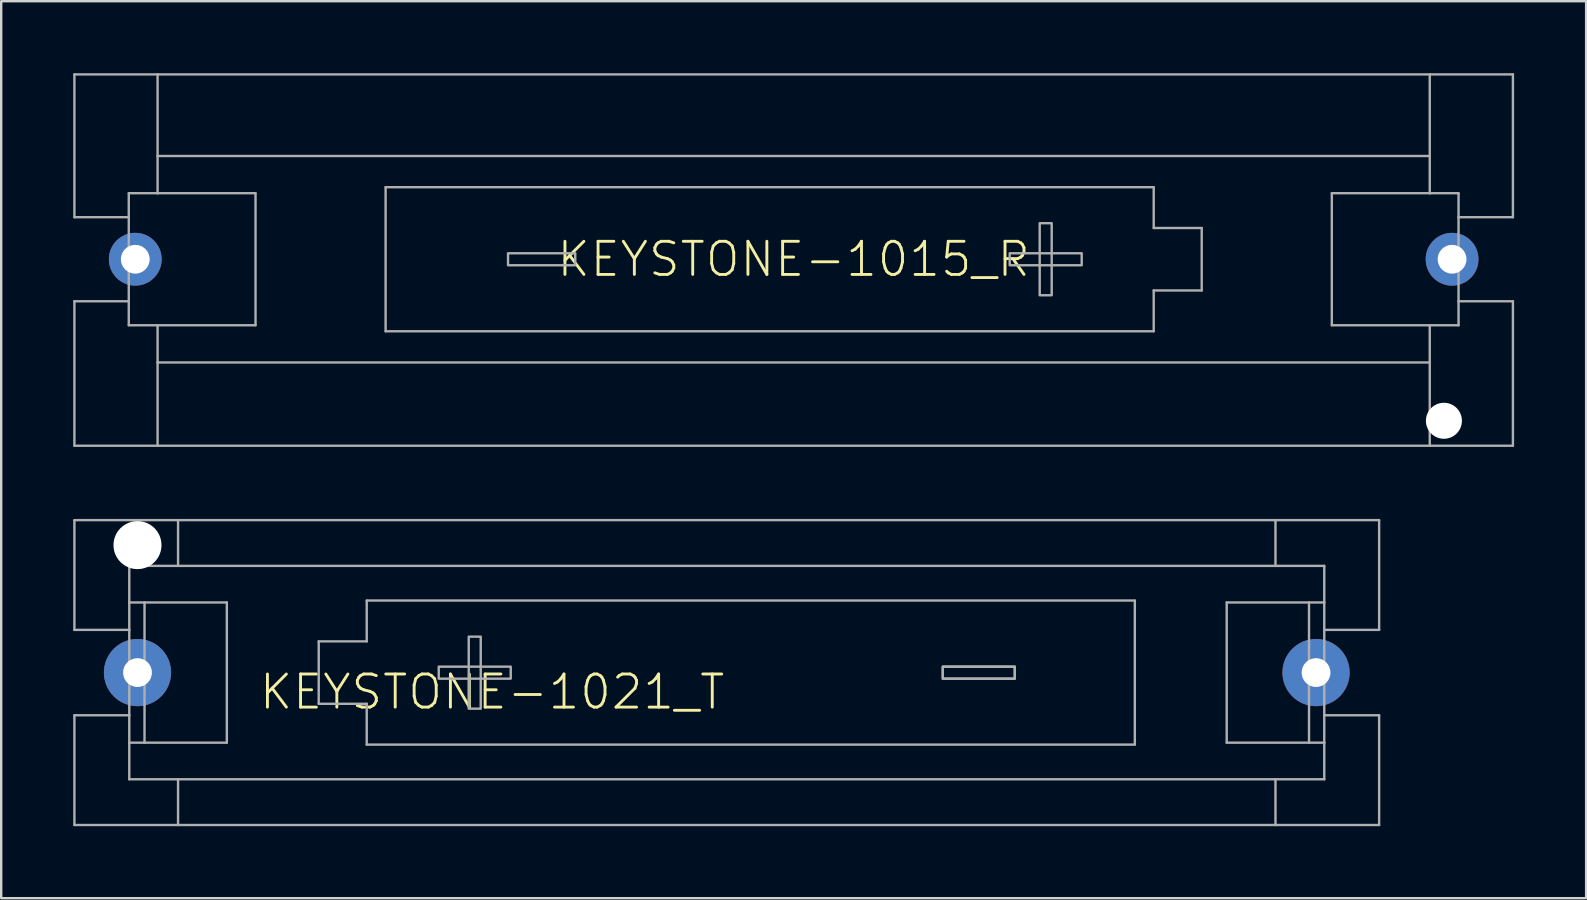
<source format=kicad_pcb>
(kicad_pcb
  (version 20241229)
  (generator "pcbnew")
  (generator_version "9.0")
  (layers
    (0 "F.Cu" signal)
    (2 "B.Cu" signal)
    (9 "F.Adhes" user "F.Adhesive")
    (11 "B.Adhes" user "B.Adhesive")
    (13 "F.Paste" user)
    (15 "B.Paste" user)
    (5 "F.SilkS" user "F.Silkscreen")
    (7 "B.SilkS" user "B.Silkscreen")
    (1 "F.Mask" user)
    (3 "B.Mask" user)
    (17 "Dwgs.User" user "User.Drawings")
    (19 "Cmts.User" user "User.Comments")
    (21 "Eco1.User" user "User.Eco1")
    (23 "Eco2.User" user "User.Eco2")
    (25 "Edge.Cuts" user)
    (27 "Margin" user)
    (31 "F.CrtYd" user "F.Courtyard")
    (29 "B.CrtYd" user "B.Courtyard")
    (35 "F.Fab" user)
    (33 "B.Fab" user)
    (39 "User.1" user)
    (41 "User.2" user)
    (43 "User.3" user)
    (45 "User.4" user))
  (footprint "KEYSTONE-1015_R"
    (layer "F.Cu")
    (at 30.015 7.75)
    (property "Reference" "KEYSTONE-1015_R" (at 0 0 0) (unlocked yes) (layer "F.SilkS") (effects (font (size 1.38 1.38) (thickness 0.12))))
    (fp_line (start -29.965 -7.7) (end -26.5 -7.7) (stroke (width 0.1) (type solid)) (layer "F.Fab"))
    (fp_line (start -29.965 -1.75) (end -29.965 -7.7) (stroke (width 0.1) (type solid)) (layer "F.Fab"))
    (fp_line (start -29.965 -1.75) (end -27.7 -1.75) (stroke (width 0.1) (type solid)) (layer "F.Fab"))
    (fp_line (start -29.965 1.75) (end -27.7 1.75) (stroke (width 0.1) (type solid)) (layer "F.Fab"))
    (fp_line (start -29.965 7.77) (end -29.965 1.75) (stroke (width 0.1) (type solid)) (layer "F.Fab"))
    (fp_line (start -29.965 7.77) (end -26.5 7.77) (stroke (width 0.1) (type solid)) (layer "F.Fab"))
    (fp_line (start -27.7 -1.75) (end -27.7 -2.75) (stroke (width 0.1) (type solid)) (layer "F.Fab"))
    (fp_line (start -27.7 -1.75) (end -27.7 1.75) (stroke (width 0.1) (type solid)) (layer "F.Fab"))
    (fp_line (start -27.7 1.75) (end -27.7 2.75) (stroke (width 0.1) (type solid)) (layer "F.Fab"))
    (fp_line (start -27.7 2.75) (end -26.5 2.75) (stroke (width 0.1) (type solid)) (layer "F.Fab"))
    (fp_line (start -26.5 -7.7) (end 26.5 -7.7) (stroke (width 0.1) (type solid)) (layer "F.Fab"))
    (fp_line (start -26.5 -4.3) (end -26.5 -7.7) (stroke (width 0.1) (type solid)) (layer "F.Fab"))
    (fp_line (start -26.5 -4.3) (end -26.5 -2.75) (stroke (width 0.1) (type solid)) (layer "F.Fab"))
    (fp_line (start -26.5 -4.3) (end 26.5 -4.3) (stroke (width 0.1) (type solid)) (layer "F.Fab"))
    (fp_line (start -26.5 -2.75) (end -27.7 -2.75) (stroke (width 0.1) (type solid)) (layer "F.Fab"))
    (fp_line (start -26.5 2.75) (end -22.42 2.75) (stroke (width 0.1) (type solid)) (layer "F.Fab"))
    (fp_line (start -26.5 4.3) (end -26.5 2.75) (stroke (width 0.1) (type solid)) (layer "F.Fab"))
    (fp_line (start -26.5 4.3) (end 26.5 4.3) (stroke (width 0.1) (type solid)) (layer "F.Fab"))
    (fp_line (start -26.5 7.77) (end -26.5 4.3) (stroke (width 0.1) (type solid)) (layer "F.Fab"))
    (fp_line (start -26.5 7.77) (end 26.5 7.77) (stroke (width 0.1) (type solid)) (layer "F.Fab"))
    (fp_line (start -22.42 -2.75) (end -26.5 -2.75) (stroke (width 0.1) (type solid)) (layer "F.Fab"))
    (fp_line (start -22.42 2.75) (end -22.42 -2.75) (stroke (width 0.1) (type solid)) (layer "F.Fab"))
    (fp_line (start -17 -3) (end -17 3) (stroke (width 0.1) (type solid)) (layer "F.Fab"))
    (fp_line (start -17 -3) (end 15 -3) (stroke (width 0.1) (type solid)) (layer "F.Fab"))
    (fp_line (start -17 3) (end 15 3) (stroke (width 0.1) (type solid)) (layer "F.Fab"))
    (fp_line (start 15 -3) (end 15 -1.3) (stroke (width 0.1) (type solid)) (layer "F.Fab"))
    (fp_line (start 15 1.3) (end 17 1.3) (stroke (width 0.1) (type solid)) (layer "F.Fab"))
    (fp_line (start 15 3) (end 15 1.3) (stroke (width 0.1) (type solid)) (layer "F.Fab"))
    (fp_line (start 17 -1.3) (end 15 -1.3) (stroke (width 0.1) (type solid)) (layer "F.Fab"))
    (fp_line (start 17 1.3) (end 17 -1.3) (stroke (width 0.1) (type solid)) (layer "F.Fab"))
    (fp_line (start 22.42 -2.75) (end 22.42 2.75) (stroke (width 0.1) (type solid)) (layer "F.Fab"))
    (fp_line (start 22.42 2.75) (end 26.5 2.75) (stroke (width 0.1) (type solid)) (layer "F.Fab"))
    (fp_line (start 26.5 -7.7) (end 26.5 -4.3) (stroke (width 0.1) (type solid)) (layer "F.Fab"))
    (fp_line (start 26.5 -7.7) (end 29.965 -7.7) (stroke (width 0.1) (type solid)) (layer "F.Fab"))
    (fp_line (start 26.5 -4.3) (end 26.5 -2.75) (stroke (width 0.1) (type solid)) (layer "F.Fab"))
    (fp_line (start 26.5 -2.75) (end 22.42 -2.75) (stroke (width 0.1) (type solid)) (layer "F.Fab"))
    (fp_line (start 26.5 2.75) (end 27.7 2.75) (stroke (width 0.1) (type solid)) (layer "F.Fab"))
    (fp_line (start 26.5 4.3) (end 26.5 2.75) (stroke (width 0.1) (type solid)) (layer "F.Fab"))
    (fp_line (start 26.5 4.3) (end 26.5 7.77) (stroke (width 0.1) (type solid)) (layer "F.Fab"))
    (fp_line (start 26.5 7.77) (end 29.965 7.77) (stroke (width 0.1) (type solid)) (layer "F.Fab"))
    (fp_line (start 27.7 -2.75) (end 26.5 -2.75) (stroke (width 0.1) (type solid)) (layer "F.Fab"))
    (fp_line (start 27.7 -1.75) (end 27.7 -2.75) (stroke (width 0.1) (type solid)) (layer "F.Fab"))
    (fp_line (start 27.7 -1.75) (end 27.7 1.75) (stroke (width 0.1) (type solid)) (layer "F.Fab"))
    (fp_line (start 27.7 1.75) (end 27.7 2.75) (stroke (width 0.1) (type solid)) (layer "F.Fab"))
    (fp_line (start 29.965 -7.7) (end 29.965 -1.75) (stroke (width 0.1) (type solid)) (layer "F.Fab"))
    (fp_line (start 29.965 -1.75) (end 27.7 -1.75) (stroke (width 0.1) (type solid)) (layer "F.Fab"))
    (fp_line (start 29.965 1.75) (end 27.7 1.75) (stroke (width 0.1) (type solid)) (layer "F.Fab"))
    (fp_line (start 29.965 7.77) (end 29.965 1.75) (stroke (width 0.1) (type solid)) (layer "F.Fab"))
    (fp_poly (pts (xy -11.9 0.25) (xy -9.1 0.25) (xy -9.1 -0.25) (xy -11.9 -0.25)) (stroke (width 0.1) (type default)) (fill no) (layer "F.Fab"))
    (fp_poly (pts (xy 9 0.25) (xy 12 0.25) (xy 12 -0.25) (xy 9 -0.25)) (stroke (width 0.1) (type default)) (fill no) (layer "F.Fab"))
    (fp_poly (pts (xy 10.25 1.5) (xy 10.75 1.5) (xy 10.75 -1.5) (xy 10.25 -1.5)) (stroke (width 0.1) (type default)) (fill no) (layer "F.Fab"))
    (pad "" np_thru_hole circle (at 27.09 6.73) (size 1.5 1.5) (drill 1.5) (layers "*.Cu" "*.Mask"))
    (pad "M1" thru_hole circle (at -27.43 0) (size 2.2 2.2) (drill 1.2) (layers "*.Cu" "*.Mask"))
    (pad "P1" thru_hole circle (at 27.43 0) (size 2.2 2.2) (drill 1.2) (layers "*.Cu" "*.Mask")))
  (footprint "KEYSTONE-1021_T"
    (layer "F.Cu")
    (at 27.228 24.97)
    (property "Reference" "KEYSTONE-1021_T" (at 0 0 0) (unlocked yes) (layer "F.SilkS") (effects (font (size 1.38 1.38) (thickness 0.12)) (justify right top)))
    (fp_line (start -27.178 -6.35) (end -27.178 -1.778) (stroke (width 0.1) (type solid)) (layer "F.Fab"))
    (fp_line (start -27.178 -6.35) (end -22.86 -6.35) (stroke (width 0.1) (type solid)) (layer "F.Fab"))
    (fp_line (start -27.178 -1.778) (end -24.892 -1.778) (stroke (width 0.1) (type solid)) (layer "F.Fab"))
    (fp_line (start -27.178 1.778) (end -24.892 1.778) (stroke (width 0.1) (type solid)) (layer "F.Fab"))
    (fp_line (start -27.178 6.35) (end -27.178 1.778) (stroke (width 0.1) (type solid)) (layer "F.Fab"))
    (fp_line (start -27.178 6.35) (end -22.86 6.35) (stroke (width 0.1) (type solid)) (layer "F.Fab"))
    (fp_line (start -24.892 -2.921) (end -24.892 -4.445) (stroke (width 0.1) (type solid)) (layer "F.Fab"))
    (fp_line (start -24.892 -1.778) (end -24.892 -2.921) (stroke (width 0.1) (type solid)) (layer "F.Fab"))
    (fp_line (start -24.892 1.778) (end -24.892 -1.778) (stroke (width 0.1) (type solid)) (layer "F.Fab"))
    (fp_line (start -24.892 1.778) (end -24.892 2.921) (stroke (width 0.1) (type solid)) (layer "F.Fab"))
    (fp_line (start -24.892 2.921) (end -24.892 4.445) (stroke (width 0.1) (type solid)) (layer "F.Fab"))
    (fp_line (start -24.257 -2.921) (end -24.892 -2.921) (stroke (width 0.1) (type solid)) (layer "F.Fab"))
    (fp_line (start -24.257 2.921) (end -24.892 2.921) (stroke (width 0.1) (type solid)) (layer "F.Fab"))
    (fp_line (start -24.257 2.921) (end -24.257 -2.921) (stroke (width 0.1) (type solid)) (layer "F.Fab"))
    (fp_line (start -24.257 2.921) (end -20.828 2.921) (stroke (width 0.1) (type solid)) (layer "F.Fab"))
    (fp_line (start -22.86 -6.35) (end 22.86 -6.35) (stroke (width 0.1) (type solid)) (layer "F.Fab"))
    (fp_line (start -22.86 -4.445) (end -24.892 -4.445) (stroke (width 0.1) (type solid)) (layer "F.Fab"))
    (fp_line (start -22.86 -4.445) (end -22.86 -6.35) (stroke (width 0.1) (type solid)) (layer "F.Fab"))
    (fp_line (start -22.86 4.445) (end -24.892 4.445) (stroke (width 0.1) (type solid)) (layer "F.Fab"))
    (fp_line (start -22.86 6.35) (end -22.86 4.445) (stroke (width 0.1) (type solid)) (layer "F.Fab"))
    (fp_line (start -22.86 6.35) (end 22.86 6.35) (stroke (width 0.1) (type solid)) (layer "F.Fab"))
    (fp_line (start -20.828 -2.921) (end -24.257 -2.921) (stroke (width 0.1) (type solid)) (layer "F.Fab"))
    (fp_line (start -20.828 2.921) (end -20.828 -2.921) (stroke (width 0.1) (type solid)) (layer "F.Fab"))
    (fp_line (start -17 -1.3) (end -17 1.3) (stroke (width 0.1) (type solid)) (layer "F.Fab"))
    (fp_line (start -17 1.3) (end -15 1.3) (stroke (width 0.1) (type solid)) (layer "F.Fab"))
    (fp_line (start -15 -3) (end -15 -1.3) (stroke (width 0.1) (type solid)) (layer "F.Fab"))
    (fp_line (start -15 -1.3) (end -17 -1.3) (stroke (width 0.1) (type solid)) (layer "F.Fab"))
    (fp_line (start -15 3) (end -15 1.3) (stroke (width 0.1) (type solid)) (layer "F.Fab"))
    (fp_line (start 17 -3) (end -15 -3) (stroke (width 0.1) (type solid)) (layer "F.Fab"))
    (fp_line (start 17 3) (end -15 3) (stroke (width 0.1) (type solid)) (layer "F.Fab"))
    (fp_line (start 17 3) (end 17 -3) (stroke (width 0.1) (type solid)) (layer "F.Fab"))
    (fp_line (start 20.828 -2.921) (end 20.828 2.921) (stroke (width 0.1) (type solid)) (layer "F.Fab"))
    (fp_line (start 20.828 2.921) (end 24.257 2.921) (stroke (width 0.1) (type solid)) (layer "F.Fab"))
    (fp_line (start 22.86 -6.35) (end 22.86 -4.445) (stroke (width 0.1) (type solid)) (layer "F.Fab"))
    (fp_line (start 22.86 -6.35) (end 27.178 -6.35) (stroke (width 0.1) (type solid)) (layer "F.Fab"))
    (fp_line (start 22.86 -4.445) (end -22.86 -4.445) (stroke (width 0.1) (type solid)) (layer "F.Fab"))
    (fp_line (start 22.86 4.445) (end -22.86 4.445) (stroke (width 0.1) (type solid)) (layer "F.Fab"))
    (fp_line (start 22.86 4.445) (end 22.86 6.35) (stroke (width 0.1) (type solid)) (layer "F.Fab"))
    (fp_line (start 22.86 6.35) (end 27.178 6.35) (stroke (width 0.1) (type solid)) (layer "F.Fab"))
    (fp_line (start 24.257 -2.921) (end 20.828 -2.921) (stroke (width 0.1) (type solid)) (layer "F.Fab"))
    (fp_line (start 24.257 -2.921) (end 24.892 -2.921) (stroke (width 0.1) (type solid)) (layer "F.Fab"))
    (fp_line (start 24.257 2.921) (end 24.257 -2.921) (stroke (width 0.1) (type solid)) (layer "F.Fab"))
    (fp_line (start 24.257 2.921) (end 24.892 2.921) (stroke (width 0.1) (type solid)) (layer "F.Fab"))
    (fp_line (start 24.892 -4.445) (end 22.86 -4.445) (stroke (width 0.1) (type solid)) (layer "F.Fab"))
    (fp_line (start 24.892 -2.921) (end 24.892 -4.445) (stroke (width 0.1) (type solid)) (layer "F.Fab"))
    (fp_line (start 24.892 -1.778) (end 24.892 -2.921) (stroke (width 0.1) (type solid)) (layer "F.Fab"))
    (fp_line (start 24.892 1.778) (end 24.892 -1.778) (stroke (width 0.1) (type solid)) (layer "F.Fab"))
    (fp_line (start 24.892 1.778) (end 24.892 2.921) (stroke (width 0.1) (type solid)) (layer "F.Fab"))
    (fp_line (start 24.892 2.921) (end 24.892 4.445) (stroke (width 0.1) (type solid)) (layer "F.Fab"))
    (fp_line (start 24.892 4.445) (end 22.86 4.445) (stroke (width 0.1) (type solid)) (layer "F.Fab"))
    (fp_line (start 27.178 -6.35) (end 27.178 -1.778) (stroke (width 0.1) (type solid)) (layer "F.Fab"))
    (fp_line (start 27.178 -1.778) (end 24.892 -1.778) (stroke (width 0.1) (type solid)) (layer "F.Fab"))
    (fp_line (start 27.178 1.778) (end 24.892 1.778) (stroke (width 0.1) (type solid)) (layer "F.Fab"))
    (fp_line (start 27.178 1.778) (end 27.178 6.35) (stroke (width 0.1) (type solid)) (layer "F.Fab"))
    (fp_poly (pts (xy -12 0.254) (xy -9 0.254) (xy -9 -0.246) (xy -12 -0.246)) (stroke (width 0.1) (type default)) (fill no) (layer "F.Fab"))
    (fp_poly (pts (xy -10.75 1.504) (xy -10.25 1.504) (xy -10.25 -1.496) (xy -10.75 -1.496)) (stroke (width 0.1) (type default)) (fill no) (layer "F.Fab"))
    (fp_poly (pts (xy 9 0.254) (xy 12 0.254) (xy 12 -0.246) (xy 9 -0.246)) (stroke (width 0.1) (type default)) (fill no) (layer "F.Fab"))
    (fp_poly (pts (xy 9 0.254) (xy 12 0.254) (xy 12 -0.246) (xy 9 -0.246)) (stroke (width 0.1) (type default)) (fill no) (layer "F.Fab"))
    (pad "" np_thru_hole circle (at -24.55 -5.31) (size 2 2) (drill 2) (layers "*.Cu" "*.Mask"))
    (pad "M" thru_hole circle (at 24.55 0) (size 2.8 2.8) (drill 1.2) (layers "*.Cu" "*.Mask"))
    (pad "P" thru_hole circle (at -24.55 0) (size 2.8 2.8) (drill 1.2) (layers "*.Cu" "*.Mask")))
  (gr_rect
    (start -3 -3)
    (end 63.03 34.37)
    (stroke (width 0.1) (type default))
    (fill no)
    (layer "Edge.Cuts")))
</source>
